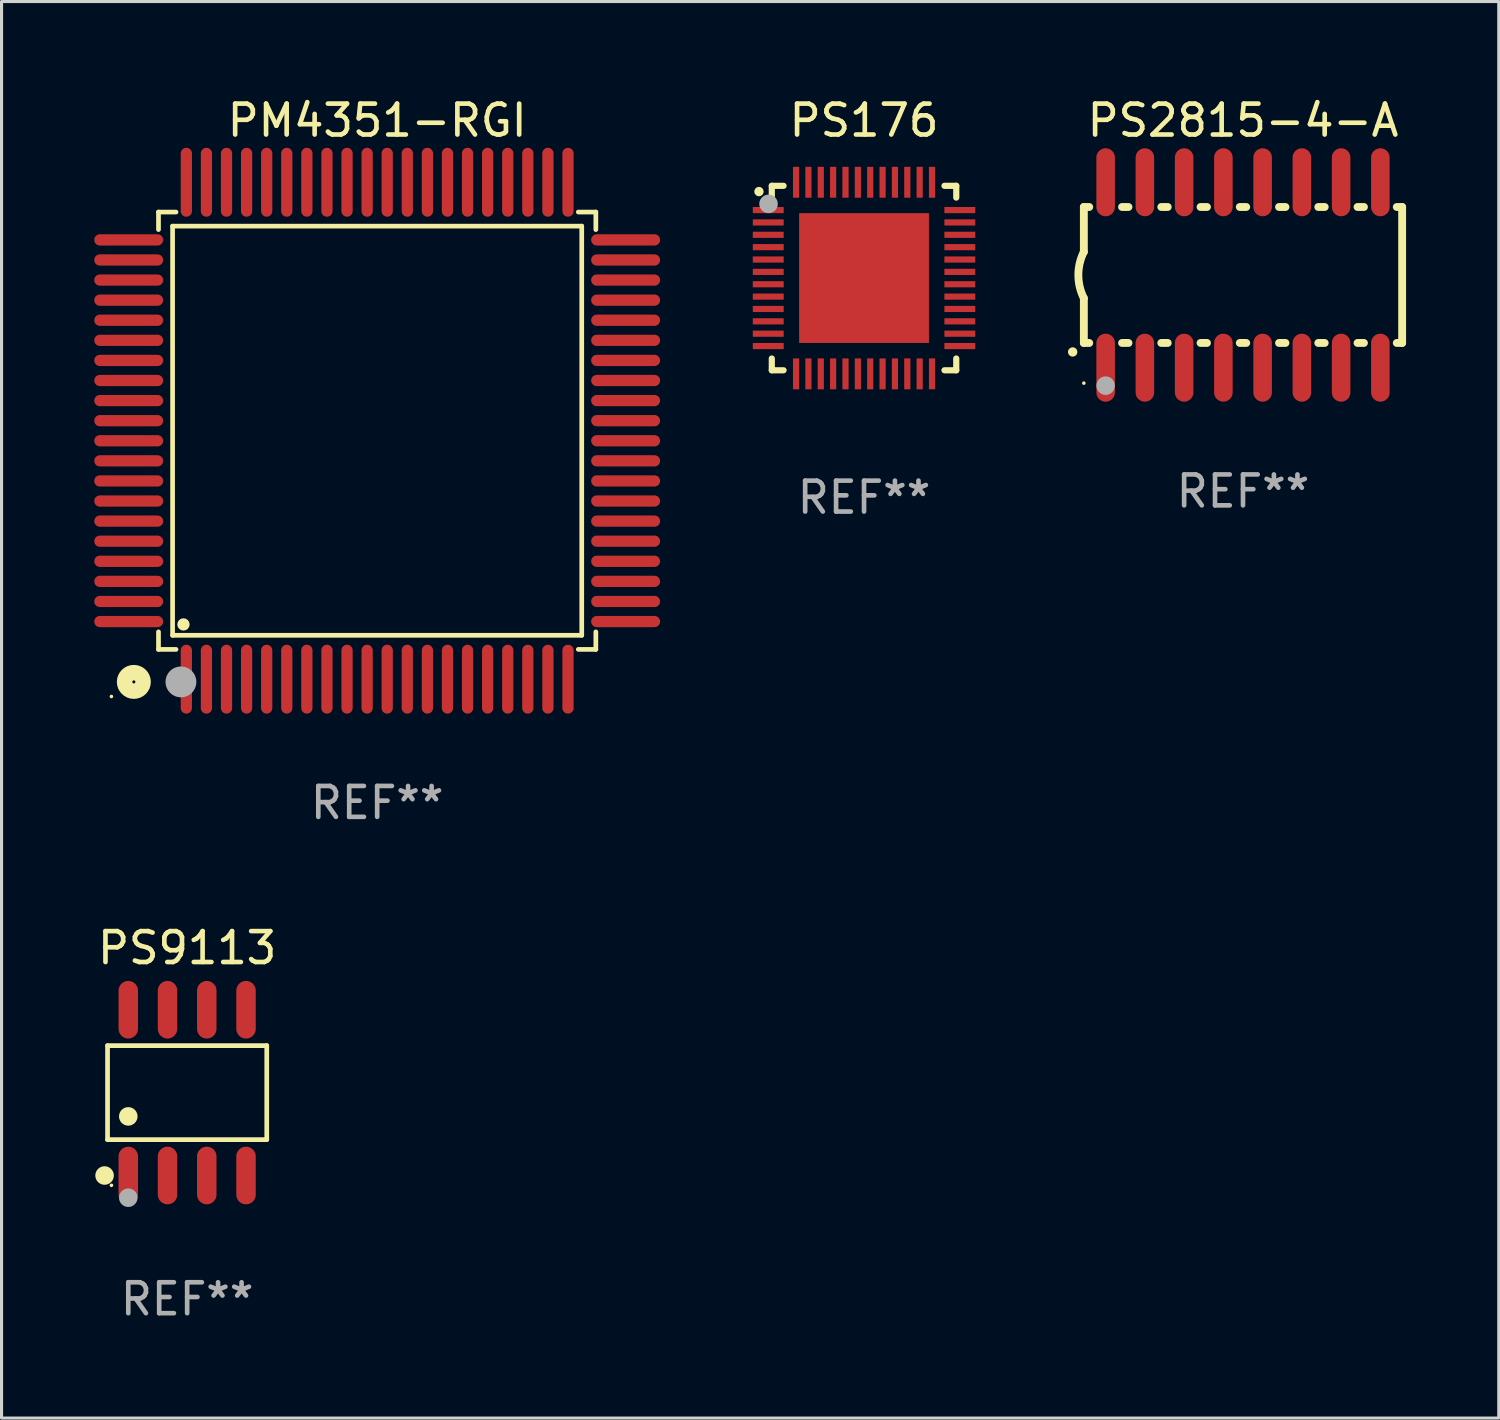
<source format=kicad_pcb>
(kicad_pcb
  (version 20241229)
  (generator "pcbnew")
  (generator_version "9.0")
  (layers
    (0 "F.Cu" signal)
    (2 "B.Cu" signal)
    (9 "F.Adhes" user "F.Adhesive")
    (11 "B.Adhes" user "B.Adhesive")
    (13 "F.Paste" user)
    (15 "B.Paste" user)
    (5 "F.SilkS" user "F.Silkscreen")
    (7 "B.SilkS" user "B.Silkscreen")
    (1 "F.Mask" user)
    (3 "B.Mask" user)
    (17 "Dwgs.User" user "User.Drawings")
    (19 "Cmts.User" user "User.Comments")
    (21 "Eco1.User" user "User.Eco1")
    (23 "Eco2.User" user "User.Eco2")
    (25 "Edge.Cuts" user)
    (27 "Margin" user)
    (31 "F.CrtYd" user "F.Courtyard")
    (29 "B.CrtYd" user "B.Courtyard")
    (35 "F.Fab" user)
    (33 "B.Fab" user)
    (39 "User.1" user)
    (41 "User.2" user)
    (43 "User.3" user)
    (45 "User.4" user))
  (footprint "PS2815-4-A"
    (layer "F.Cu")
    (at 37.173 5.848)
    (property "Reference" "PS2815-4-A" (at 0 -5 0) (layer "F.SilkS") (effects (font (size 1 1) (thickness 0.15))))
    (attr through_hole)
    (fp_line (start -5.15 -2.2) (end -5.15 -0.75) (stroke (width 0.254) (type solid)) (layer "F.SilkS"))
    (fp_line (start -5.15 -2.2) (end -4.976 -2.2) (stroke (width 0.254) (type solid)) (layer "F.SilkS"))
    (fp_line (start -5.15 2.2) (end -5.15 0.75) (stroke (width 0.254) (type solid)) (layer "F.SilkS"))
    (fp_line (start -5.15 2.2) (end -4.976 2.2) (stroke (width 0.254) (type solid)) (layer "F.SilkS"))
    (fp_line (start -3.914 -2.2) (end -3.706 -2.2) (stroke (width 0.254) (type solid)) (layer "F.SilkS"))
    (fp_line (start -3.914 2.2) (end -3.706 2.2) (stroke (width 0.254) (type solid)) (layer "F.SilkS"))
    (fp_line (start -2.644 -2.2) (end -2.436 -2.2) (stroke (width 0.254) (type solid)) (layer "F.SilkS"))
    (fp_line (start -2.644 2.2) (end -2.436 2.2) (stroke (width 0.254) (type solid)) (layer "F.SilkS"))
    (fp_line (start -1.374 -2.2) (end -1.166 -2.2) (stroke (width 0.254) (type solid)) (layer "F.SilkS"))
    (fp_line (start -1.374 2.2) (end -1.166 2.2) (stroke (width 0.254) (type solid)) (layer "F.SilkS"))
    (fp_line (start -0.104 -2.2) (end 0.104 -2.2) (stroke (width 0.254) (type solid)) (layer "F.SilkS"))
    (fp_line (start -0.104 2.2) (end 0.104 2.2) (stroke (width 0.254) (type solid)) (layer "F.SilkS"))
    (fp_line (start 1.166 -2.2) (end 1.374 -2.2) (stroke (width 0.254) (type solid)) (layer "F.SilkS"))
    (fp_line (start 1.166 2.2) (end 1.374 2.2) (stroke (width 0.254) (type solid)) (layer "F.SilkS"))
    (fp_line (start 2.436 -2.2) (end 2.644 -2.2) (stroke (width 0.254) (type solid)) (layer "F.SilkS"))
    (fp_line (start 2.436 2.2) (end 2.644 2.2) (stroke (width 0.254) (type solid)) (layer "F.SilkS"))
    (fp_line (start 3.706 -2.2) (end 3.914 -2.2) (stroke (width 0.254) (type solid)) (layer "F.SilkS"))
    (fp_line (start 3.706 2.2) (end 3.914 2.2) (stroke (width 0.254) (type solid)) (layer "F.SilkS"))
    (fp_line (start 4.976 -2.2) (end 5.15 -2.2) (stroke (width 0.254) (type solid)) (layer "F.SilkS"))
    (fp_line (start 4.976 2.2) (end 5.15 2.2) (stroke (width 0.254) (type solid)) (layer "F.SilkS"))
    (fp_line (start 5.15 2.2) (end 5.15 -2.2) (stroke (width 0.254) (type solid)) (layer "F.SilkS"))
    (fp_arc (start -5.513081 2.491618) (mid -5.511811 2.491613) (end -5.510541 2.491618) (stroke (width 0.3) (type solid)) (layer "F.SilkS"))
    (fp_arc (start -5.15047 0.751207) (mid -5.327506 0.000556) (end -5.150013 -0.749987) (stroke (width 0.254001) (type solid)) (layer "F.SilkS"))
    (fp_circle (center -5.15 3.5) (end -5.12 3.5) (stroke (width 0.06) (type solid)) (fill no) (layer "F.SilkS"))
    (fp_circle (center -4.445 3.582) (end -4.295 3.582) (stroke (width 0.3) (type solid)) (fill no) (layer "F.Fab"))
    (fp_text user "REF**" (at 0 7 0) (layer "F.Fab") (effects (font (size 1 1) (thickness 0.15))))
    (pad "1" smd oval (at -4.445 3 180) (size 0.6 2.2) (layers "F.Cu" "F.Mask" "F.Paste"))
    (pad "2" smd oval (at -3.175 3 180) (size 0.6 2.2) (layers "F.Cu" "F.Mask" "F.Paste"))
    (pad "3" smd oval (at -1.905 3 180) (size 0.6 2.2) (layers "F.Cu" "F.Mask" "F.Paste"))
    (pad "4" smd oval (at -0.635 3 180) (size 0.6 2.2) (layers "F.Cu" "F.Mask" "F.Paste"))
    (pad "5" smd oval (at 0.635 3 180) (size 0.6 2.2) (layers "F.Cu" "F.Mask" "F.Paste"))
    (pad "6" smd oval (at 1.905 3 180) (size 0.6 2.2) (layers "F.Cu" "F.Mask" "F.Paste"))
    (pad "7" smd oval (at 3.175 3 180) (size 0.6 2.2) (layers "F.Cu" "F.Mask" "F.Paste"))
    (pad "8" smd oval (at 4.445 3 180) (size 0.6 2.2) (layers "F.Cu" "F.Mask" "F.Paste"))
    (pad "9" smd oval (at 4.445 -3 180) (size 0.6 2.2) (layers "F.Cu" "F.Mask" "F.Paste"))
    (pad "10" smd oval (at 3.175 -3 180) (size 0.6 2.2) (layers "F.Cu" "F.Mask" "F.Paste"))
    (pad "11" smd oval (at 1.905 -3 180) (size 0.6 2.2) (layers "F.Cu" "F.Mask" "F.Paste"))
    (pad "12" smd oval (at 0.635 -3 180) (size 0.6 2.2) (layers "F.Cu" "F.Mask" "F.Paste"))
    (pad "13" smd oval (at -0.635 -3 180) (size 0.6 2.2) (layers "F.Cu" "F.Mask" "F.Paste"))
    (pad "14" smd oval (at -1.905 -3 180) (size 0.6 2.2) (layers "F.Cu" "F.Mask" "F.Paste"))
    (pad "15" smd oval (at -3.175 -3 180) (size 0.6 2.2) (layers "F.Cu" "F.Mask" "F.Paste"))
    (pad "16" smd oval (at -4.445 -3 180) (size 0.6 2.2) (layers "F.Cu" "F.Mask" "F.Paste")))
  (footprint "PS176"
    (layer "F.Cu")
    (at 24.91 5.948)
    (property "Reference" "PS176" (at 0 -5.1 0) (layer "F.SilkS") (effects (font (size 1 1) (thickness 0.15))))
    (attr through_hole)
    (fp_line (start -2.985 -2.985) (end -2.604 -2.985) (stroke (width 0.2) (type solid)) (layer "F.SilkS"))
    (fp_line (start -2.985 -2.604) (end -2.985 -2.985) (stroke (width 0.2) (type solid)) (layer "F.SilkS"))
    (fp_line (start -2.985 2.984) (end -2.985 2.603) (stroke (width 0.2) (type solid)) (layer "F.SilkS"))
    (fp_line (start -2.604 2.984) (end -2.985 2.984) (stroke (width 0.2) (type solid)) (layer "F.SilkS"))
    (fp_line (start 2.603 -2.985) (end 2.984 -2.985) (stroke (width 0.2) (type solid)) (layer "F.SilkS"))
    (fp_line (start 2.984 -2.985) (end 2.984 -2.604) (stroke (width 0.2) (type solid)) (layer "F.SilkS"))
    (fp_line (start 2.984 2.603) (end 2.984 2.984) (stroke (width 0.2) (type solid)) (layer "F.SilkS"))
    (fp_line (start 2.984 2.984) (end 2.603 2.984) (stroke (width 0.2) (type solid)) (layer "F.SilkS"))
    (fp_arc (start -3.400076 -2.797562) (mid -3.400081 -2.798806) (end -3.400076 -2.800051) (stroke (width 0.3) (type solid)) (layer "F.SilkS"))
    (fp_circle (center -3 -3) (end -2.97 -3) (stroke (width 0.06) (type solid)) (fill no) (layer "F.SilkS"))
    (fp_circle (center -3.09 -2.4) (end -2.94 -2.4) (stroke (width 0.3) (type solid)) (fill no) (layer "F.Fab"))
    (fp_text user "REF**" (at 0 7.1 0) (layer "F.Fab") (effects (font (size 1 1) (thickness 0.15))))
    (pad "1" smd rect (at -3.1 -2.2) (size 1 0.2) (layers "F.Cu" "F.Mask" "F.Paste"))
    (pad "2" smd rect (at -3.1 -1.8) (size 1 0.2) (layers "F.Cu" "F.Mask" "F.Paste"))
    (pad "3" smd rect (at -3.1 -1.4) (size 1 0.2) (layers "F.Cu" "F.Mask" "F.Paste"))
    (pad "4" smd rect (at -3.1 -1) (size 1 0.2) (layers "F.Cu" "F.Mask" "F.Paste"))
    (pad "5" smd rect (at -3.1 -0.6) (size 1 0.2) (layers "F.Cu" "F.Mask" "F.Paste"))
    (pad "6" smd rect (at -3.1 -0.2) (size 1 0.2) (layers "F.Cu" "F.Mask" "F.Paste"))
    (pad "7" smd rect (at -3.1 0.2) (size 1 0.2) (layers "F.Cu" "F.Mask" "F.Paste"))
    (pad "8" smd rect (at -3.1 0.6) (size 1 0.2) (layers "F.Cu" "F.Mask" "F.Paste"))
    (pad "9" smd rect (at -3.1 1) (size 1 0.2) (layers "F.Cu" "F.Mask" "F.Paste"))
    (pad "10" smd rect (at -3.1 1.4) (size 1 0.2) (layers "F.Cu" "F.Mask" "F.Paste"))
    (pad "11" smd rect (at -3.1 1.8) (size 1 0.2) (layers "F.Cu" "F.Mask" "F.Paste"))
    (pad "12" smd rect (at -3.1 2.2) (size 1 0.2) (layers "F.Cu" "F.Mask" "F.Paste"))
    (pad "13" smd rect (at -2.2 3.1) (size 0.2 1) (layers "F.Cu" "F.Mask" "F.Paste"))
    (pad "14" smd rect (at -1.8 3.1) (size 0.2 1) (layers "F.Cu" "F.Mask" "F.Paste"))
    (pad "15" smd rect (at -1.4 3.1) (size 0.2 1) (layers "F.Cu" "F.Mask" "F.Paste"))
    (pad "16" smd rect (at -1 3.1) (size 0.2 1) (layers "F.Cu" "F.Mask" "F.Paste"))
    (pad "17" smd rect (at -0.6 3.1) (size 0.2 1) (layers "F.Cu" "F.Mask" "F.Paste"))
    (pad "18" smd rect (at -0.2 3.1) (size 0.2 1) (layers "F.Cu" "F.Mask" "F.Paste"))
    (pad "19" smd rect (at 0.2 3.1) (size 0.2 1) (layers "F.Cu" "F.Mask" "F.Paste"))
    (pad "20" smd rect (at 0.6 3.1) (size 0.2 1) (layers "F.Cu" "F.Mask" "F.Paste"))
    (pad "21" smd rect (at 1 3.1) (size 0.2 1) (layers "F.Cu" "F.Mask" "F.Paste"))
    (pad "22" smd rect (at 1.4 3.1) (size 0.2 1) (layers "F.Cu" "F.Mask" "F.Paste"))
    (pad "23" smd rect (at 1.8 3.1) (size 0.2 1) (layers "F.Cu" "F.Mask" "F.Paste"))
    (pad "24" smd rect (at 2.2 3.1) (size 0.2 1) (layers "F.Cu" "F.Mask" "F.Paste"))
    (pad "25" smd rect (at 3.1 2.2) (size 1 0.2) (layers "F.Cu" "F.Mask" "F.Paste"))
    (pad "26" smd rect (at 3.1 1.8) (size 1 0.2) (layers "F.Cu" "F.Mask" "F.Paste"))
    (pad "27" smd rect (at 3.1 1.4) (size 1 0.2) (layers "F.Cu" "F.Mask" "F.Paste"))
    (pad "28" smd rect (at 3.1 1) (size 1 0.2) (layers "F.Cu" "F.Mask" "F.Paste"))
    (pad "29" smd rect (at 3.1 0.6) (size 1 0.2) (layers "F.Cu" "F.Mask" "F.Paste"))
    (pad "30" smd rect (at 3.1 0.2) (size 1 0.2) (layers "F.Cu" "F.Mask" "F.Paste"))
    (pad "31" smd rect (at 3.1 -0.2) (size 1 0.2) (layers "F.Cu" "F.Mask" "F.Paste"))
    (pad "32" smd rect (at 3.1 -0.6) (size 1 0.2) (layers "F.Cu" "F.Mask" "F.Paste"))
    (pad "33" smd rect (at 3.1 -1) (size 1 0.2) (layers "F.Cu" "F.Mask" "F.Paste"))
    (pad "34" smd rect (at 3.1 -1.4) (size 1 0.2) (layers "F.Cu" "F.Mask" "F.Paste"))
    (pad "35" smd rect (at 3.1 -1.8) (size 1 0.2) (layers "F.Cu" "F.Mask" "F.Paste"))
    (pad "36" smd rect (at 3.1 -2.2) (size 1 0.2) (layers "F.Cu" "F.Mask" "F.Paste"))
    (pad "37" smd rect (at 2.2 -3.1) (size 0.2 1) (layers "F.Cu" "F.Mask" "F.Paste"))
    (pad "38" smd rect (at 1.8 -3.1) (size 0.2 1) (layers "F.Cu" "F.Mask" "F.Paste"))
    (pad "39" smd rect (at 1.4 -3.1) (size 0.2 1) (layers "F.Cu" "F.Mask" "F.Paste"))
    (pad "40" smd rect (at 1 -3.1) (size 0.2 1) (layers "F.Cu" "F.Mask" "F.Paste"))
    (pad "41" smd rect (at 0.6 -3.1) (size 0.2 1) (layers "F.Cu" "F.Mask" "F.Paste"))
    (pad "42" smd rect (at 0.2 -3.1) (size 0.2 1) (layers "F.Cu" "F.Mask" "F.Paste"))
    (pad "43" smd rect (at -0.2 -3.1) (size 0.2 1) (layers "F.Cu" "F.Mask" "F.Paste"))
    (pad "44" smd rect (at -0.6 -3.1) (size 0.2 1) (layers "F.Cu" "F.Mask" "F.Paste"))
    (pad "45" smd rect (at -1 -3.1) (size 0.2 1) (layers "F.Cu" "F.Mask" "F.Paste"))
    (pad "46" smd rect (at -1.4 -3.1) (size 0.2 1) (layers "F.Cu" "F.Mask" "F.Paste"))
    (pad "47" smd rect (at -1.8 -3.1) (size 0.2 1) (layers "F.Cu" "F.Mask" "F.Paste"))
    (pad "48" smd rect (at -2.2 -3.1) (size 0.2 1) (layers "F.Cu" "F.Mask" "F.Paste"))
    (pad "49" smd rect (at -0.000127 0) (size 4.2 4.2) (layers "F.Cu" "F.Mask" "F.Paste")))
  (footprint "PS9113"
    (layer "F.Cu")
    (at 3.006 32.307)
    (property "Reference" "PS9113" (at 0 -4.682 0) (layer "F.SilkS") (effects (font (size 1 1) (thickness 0.15))))
    (attr through_hole)
    (fp_line (start -2.576 -1.521) (end 2.576 -1.521) (stroke (width 0.152) (type solid)) (layer "F.SilkS"))
    (fp_line (start -2.576 1.521) (end -2.576 -1.521) (stroke (width 0.152) (type solid)) (layer "F.SilkS"))
    (fp_line (start 2.576 -1.521) (end 2.576 1.521) (stroke (width 0.152) (type solid)) (layer "F.SilkS"))
    (fp_line (start 2.576 1.521) (end -2.576 1.521) (stroke (width 0.152) (type solid)) (layer "F.SilkS"))
    (fp_circle (center -2.672 2.682) (end -2.522 2.682) (stroke (width 0.3) (type solid)) (fill no) (layer "F.SilkS"))
    (fp_circle (center -2.45 3) (end -2.42 3) (stroke (width 0.06) (type solid)) (fill no) (layer "F.SilkS"))
    (fp_circle (center -1.905 0.769) (end -1.755 0.769) (stroke (width 0.3) (type solid)) (fill no) (layer "F.SilkS"))
    (fp_circle (center -1.905 3.4) (end -1.755 3.4) (stroke (width 0.3) (type solid)) (fill no) (layer "F.Fab"))
    (fp_text user "REF**" (at 0 6.682 0) (layer "F.Fab") (effects (font (size 1 1) (thickness 0.15))))
    (pad "1" smd oval (at -1.905 2.682) (size 0.63 1.865) (layers "F.Cu" "F.Mask" "F.Paste"))
    (pad "2" smd oval (at -0.635 2.682) (size 0.63 1.865) (layers "F.Cu" "F.Mask" "F.Paste"))
    (pad "3" smd oval (at 0.635 2.682) (size 0.63 1.865) (layers "F.Cu" "F.Mask" "F.Paste"))
    (pad "4" smd oval (at 1.905 2.682) (size 0.63 1.865) (layers "F.Cu" "F.Mask" "F.Paste"))
    (pad "5" smd oval (at 1.905 -2.682) (size 0.63 1.865) (layers "F.Cu" "F.Mask" "F.Paste"))
    (pad "6" smd oval (at 0.635 -2.682) (size 0.63 1.865) (layers "F.Cu" "F.Mask" "F.Paste"))
    (pad "7" smd oval (at -0.635 -2.682) (size 0.63 1.865) (layers "F.Cu" "F.Mask" "F.Paste"))
    (pad "8" smd oval (at -1.905 -2.682) (size 0.63 1.865) (layers "F.Cu" "F.Mask" "F.Paste")))
  (footprint "PM4351-RGI"
    (layer "F.Cu")
    (at 9.155 10.888)
    (property "Reference" "PM4351-RGI" (at 0 -10.04 0) (layer "F.SilkS") (effects (font (size 1 1) (thickness 0.15))))
    (attr through_hole)
    (fp_line (start -7.076 -7.076) (end -7.076 -6.509) (stroke (width 0.152) (type solid)) (layer "F.SilkS"))
    (fp_line (start -7.076 7.076) (end -7.076 6.509) (stroke (width 0.152) (type solid)) (layer "F.SilkS"))
    (fp_line (start -6.62 -6.62) (end 6.62 -6.62) (stroke (width 0.152) (type solid)) (layer "F.SilkS"))
    (fp_line (start -6.62 6.62) (end -6.62 -6.62) (stroke (width 0.152) (type solid)) (layer "F.SilkS"))
    (fp_line (start -6.509 -7.076) (end -7.076 -7.076) (stroke (width 0.152) (type solid)) (layer "F.SilkS"))
    (fp_line (start -6.509 7.076) (end -7.076 7.076) (stroke (width 0.152) (type solid)) (layer "F.SilkS"))
    (fp_line (start 6.509 -7.076) (end 7.076 -7.076) (stroke (width 0.152) (type solid)) (layer "F.SilkS"))
    (fp_line (start 6.509 7.076) (end 7.076 7.076) (stroke (width 0.152) (type solid)) (layer "F.SilkS"))
    (fp_line (start 6.62 -6.62) (end 6.62 6.62) (stroke (width 0.152) (type solid)) (layer "F.SilkS"))
    (fp_line (start 6.62 6.62) (end -6.62 6.62) (stroke (width 0.152) (type solid)) (layer "F.SilkS"))
    (fp_line (start 7.076 -7.076) (end 7.076 -6.509) (stroke (width 0.152) (type solid)) (layer "F.SilkS"))
    (fp_line (start 7.076 7.076) (end 7.076 6.509) (stroke (width 0.152) (type solid)) (layer "F.SilkS"))
    (fp_circle (center -8.6 8.6) (end -8.57 8.6) (stroke (width 0.06) (type solid)) (fill no) (layer "F.SilkS"))
    (fp_circle (center -7.874 8.128) (end -7.574 8.128) (stroke (width 0.5) (type solid)) (fill no) (layer "F.SilkS"))
    (fp_circle (center -6.268 6.268) (end -6.168 6.268) (stroke (width 0.2) (type solid)) (fill no) (layer "F.SilkS"))
    (fp_circle (center -6.35 8.128) (end -6.1 8.128) (stroke (width 0.5) (type solid)) (fill no) (layer "F.Fab"))
    (fp_text user "REF**" (at 0 12.04 0) (layer "F.Fab") (effects (font (size 1 1) (thickness 0.15))))
    (pad "1" smd oval (at -6.175 8.04) (size 0.364 2.23) (layers "F.Cu" "F.Mask" "F.Paste"))
    (pad "2" smd oval (at -5.525 8.04) (size 0.364 2.23) (layers "F.Cu" "F.Mask" "F.Paste"))
    (pad "3" smd oval (at -4.875 8.04) (size 0.364 2.23) (layers "F.Cu" "F.Mask" "F.Paste"))
    (pad "4" smd oval (at -4.225 8.04) (size 0.364 2.23) (layers "F.Cu" "F.Mask" "F.Paste"))
    (pad "5" smd oval (at -3.575 8.04) (size 0.364 2.23) (layers "F.Cu" "F.Mask" "F.Paste"))
    (pad "6" smd oval (at -2.925 8.04) (size 0.364 2.23) (layers "F.Cu" "F.Mask" "F.Paste"))
    (pad "7" smd oval (at -2.275 8.04) (size 0.364 2.23) (layers "F.Cu" "F.Mask" "F.Paste"))
    (pad "8" smd oval (at -1.625 8.04) (size 0.364 2.23) (layers "F.Cu" "F.Mask" "F.Paste"))
    (pad "9" smd oval (at -0.975 8.04) (size 0.364 2.23) (layers "F.Cu" "F.Mask" "F.Paste"))
    (pad "10" smd oval (at -0.325 8.04) (size 0.364 2.23) (layers "F.Cu" "F.Mask" "F.Paste"))
    (pad "11" smd oval (at 0.325 8.04) (size 0.364 2.23) (layers "F.Cu" "F.Mask" "F.Paste"))
    (pad "12" smd oval (at 0.975 8.04) (size 0.364 2.23) (layers "F.Cu" "F.Mask" "F.Paste"))
    (pad "13" smd oval (at 1.625 8.04) (size 0.364 2.23) (layers "F.Cu" "F.Mask" "F.Paste"))
    (pad "14" smd oval (at 2.275 8.04) (size 0.364 2.23) (layers "F.Cu" "F.Mask" "F.Paste"))
    (pad "15" smd oval (at 2.925 8.04) (size 0.364 2.23) (layers "F.Cu" "F.Mask" "F.Paste"))
    (pad "16" smd oval (at 3.575 8.04) (size 0.364 2.23) (layers "F.Cu" "F.Mask" "F.Paste"))
    (pad "17" smd oval (at 4.225 8.04) (size 0.364 2.23) (layers "F.Cu" "F.Mask" "F.Paste"))
    (pad "18" smd oval (at 4.875 8.04) (size 0.364 2.23) (layers "F.Cu" "F.Mask" "F.Paste"))
    (pad "19" smd oval (at 5.525 8.04) (size 0.364 2.23) (layers "F.Cu" "F.Mask" "F.Paste"))
    (pad "20" smd oval (at 6.175 8.04) (size 0.364 2.23) (layers "F.Cu" "F.Mask" "F.Paste"))
    (pad "21" smd oval (at 8.04 6.175) (size 2.23 0.364) (layers "F.Cu" "F.Mask" "F.Paste"))
    (pad "22" smd oval (at 8.04 5.525) (size 2.23 0.364) (layers "F.Cu" "F.Mask" "F.Paste"))
    (pad "23" smd oval (at 8.04 4.875) (size 2.23 0.364) (layers "F.Cu" "F.Mask" "F.Paste"))
    (pad "24" smd oval (at 8.04 4.225) (size 2.23 0.364) (layers "F.Cu" "F.Mask" "F.Paste"))
    (pad "25" smd oval (at 8.04 3.575) (size 2.23 0.364) (layers "F.Cu" "F.Mask" "F.Paste"))
    (pad "26" smd oval (at 8.04 2.925) (size 2.23 0.364) (layers "F.Cu" "F.Mask" "F.Paste"))
    (pad "27" smd oval (at 8.04 2.275) (size 2.23 0.364) (layers "F.Cu" "F.Mask" "F.Paste"))
    (pad "28" smd oval (at 8.04 1.625) (size 2.23 0.364) (layers "F.Cu" "F.Mask" "F.Paste"))
    (pad "29" smd oval (at 8.04 0.975) (size 2.23 0.364) (layers "F.Cu" "F.Mask" "F.Paste"))
    (pad "30" smd oval (at 8.04 0.325) (size 2.23 0.364) (layers "F.Cu" "F.Mask" "F.Paste"))
    (pad "31" smd oval (at 8.04 -0.325) (size 2.23 0.364) (layers "F.Cu" "F.Mask" "F.Paste"))
    (pad "32" smd oval (at 8.04 -0.975) (size 2.23 0.364) (layers "F.Cu" "F.Mask" "F.Paste"))
    (pad "33" smd oval (at 8.04 -1.625) (size 2.23 0.364) (layers "F.Cu" "F.Mask" "F.Paste"))
    (pad "34" smd oval (at 8.04 -2.275) (size 2.23 0.364) (layers "F.Cu" "F.Mask" "F.Paste"))
    (pad "35" smd oval (at 8.04 -2.925) (size 2.23 0.364) (layers "F.Cu" "F.Mask" "F.Paste"))
    (pad "36" smd oval (at 8.04 -3.575) (size 2.23 0.364) (layers "F.Cu" "F.Mask" "F.Paste"))
    (pad "37" smd oval (at 8.04 -4.225) (size 2.23 0.364) (layers "F.Cu" "F.Mask" "F.Paste"))
    (pad "38" smd oval (at 8.04 -4.875) (size 2.23 0.364) (layers "F.Cu" "F.Mask" "F.Paste"))
    (pad "39" smd oval (at 8.04 -5.525) (size 2.23 0.364) (layers "F.Cu" "F.Mask" "F.Paste"))
    (pad "40" smd oval (at 8.04 -6.175) (size 2.23 0.364) (layers "F.Cu" "F.Mask" "F.Paste"))
    (pad "41" smd oval (at 6.175 -8.04) (size 0.364 2.23) (layers "F.Cu" "F.Mask" "F.Paste"))
    (pad "42" smd oval (at 5.525 -8.04) (size 0.364 2.23) (layers "F.Cu" "F.Mask" "F.Paste"))
    (pad "43" smd oval (at 4.875 -8.04) (size 0.364 2.23) (layers "F.Cu" "F.Mask" "F.Paste"))
    (pad "44" smd oval (at 4.225 -8.04) (size 0.364 2.23) (layers "F.Cu" "F.Mask" "F.Paste"))
    (pad "45" smd oval (at 3.575 -8.04) (size 0.364 2.23) (layers "F.Cu" "F.Mask" "F.Paste"))
    (pad "46" smd oval (at 2.925 -8.04) (size 0.364 2.23) (layers "F.Cu" "F.Mask" "F.Paste"))
    (pad "47" smd oval (at 2.275 -8.04) (size 0.364 2.23) (layers "F.Cu" "F.Mask" "F.Paste"))
    (pad "48" smd oval (at 1.625 -8.04) (size 0.364 2.23) (layers "F.Cu" "F.Mask" "F.Paste"))
    (pad "49" smd oval (at 0.975 -8.04) (size 0.364 2.23) (layers "F.Cu" "F.Mask" "F.Paste"))
    (pad "50" smd oval (at 0.325 -8.04) (size 0.364 2.23) (layers "F.Cu" "F.Mask" "F.Paste"))
    (pad "51" smd oval (at -0.325 -8.04) (size 0.364 2.23) (layers "F.Cu" "F.Mask" "F.Paste"))
    (pad "52" smd oval (at -0.975 -8.04) (size 0.364 2.23) (layers "F.Cu" "F.Mask" "F.Paste"))
    (pad "53" smd oval (at -1.625 -8.04) (size 0.364 2.23) (layers "F.Cu" "F.Mask" "F.Paste"))
    (pad "54" smd oval (at -2.275 -8.04) (size 0.364 2.23) (layers "F.Cu" "F.Mask" "F.Paste"))
    (pad "55" smd oval (at -2.925 -8.04) (size 0.364 2.23) (layers "F.Cu" "F.Mask" "F.Paste"))
    (pad "56" smd oval (at -3.575 -8.04) (size 0.364 2.23) (layers "F.Cu" "F.Mask" "F.Paste"))
    (pad "57" smd oval (at -4.225 -8.04) (size 0.364 2.23) (layers "F.Cu" "F.Mask" "F.Paste"))
    (pad "58" smd oval (at -4.875 -8.04) (size 0.364 2.23) (layers "F.Cu" "F.Mask" "F.Paste"))
    (pad "59" smd oval (at -5.525 -8.04) (size 0.364 2.23) (layers "F.Cu" "F.Mask" "F.Paste"))
    (pad "60" smd oval (at -6.175 -8.04) (size 0.364 2.23) (layers "F.Cu" "F.Mask" "F.Paste"))
    (pad "61" smd oval (at -8.04 -6.175) (size 2.23 0.364) (layers "F.Cu" "F.Mask" "F.Paste"))
    (pad "62" smd oval (at -8.04 -5.525) (size 2.23 0.364) (layers "F.Cu" "F.Mask" "F.Paste"))
    (pad "63" smd oval (at -8.04 -4.875) (size 2.23 0.364) (layers "F.Cu" "F.Mask" "F.Paste"))
    (pad "64" smd oval (at -8.04 -4.225) (size 2.23 0.364) (layers "F.Cu" "F.Mask" "F.Paste"))
    (pad "65" smd oval (at -8.04 -3.575) (size 2.23 0.364) (layers "F.Cu" "F.Mask" "F.Paste"))
    (pad "66" smd oval (at -8.04 -2.925) (size 2.23 0.364) (layers "F.Cu" "F.Mask" "F.Paste"))
    (pad "67" smd oval (at -8.04 -2.275) (size 2.23 0.364) (layers "F.Cu" "F.Mask" "F.Paste"))
    (pad "68" smd oval (at -8.04 -1.625) (size 2.23 0.364) (layers "F.Cu" "F.Mask" "F.Paste"))
    (pad "69" smd oval (at -8.04 -0.975) (size 2.23 0.364) (layers "F.Cu" "F.Mask" "F.Paste"))
    (pad "70" smd oval (at -8.04 -0.325) (size 2.23 0.364) (layers "F.Cu" "F.Mask" "F.Paste"))
    (pad "71" smd oval (at -8.04 0.325) (size 2.23 0.364) (layers "F.Cu" "F.Mask" "F.Paste"))
    (pad "72" smd oval (at -8.04 0.975) (size 2.23 0.364) (layers "F.Cu" "F.Mask" "F.Paste"))
    (pad "73" smd oval (at -8.04 1.625) (size 2.23 0.364) (layers "F.Cu" "F.Mask" "F.Paste"))
    (pad "74" smd oval (at -8.04 2.275) (size 2.23 0.364) (layers "F.Cu" "F.Mask" "F.Paste"))
    (pad "75" smd oval (at -8.04 2.925) (size 2.23 0.364) (layers "F.Cu" "F.Mask" "F.Paste"))
    (pad "76" smd oval (at -8.04 3.575) (size 2.23 0.364) (layers "F.Cu" "F.Mask" "F.Paste"))
    (pad "77" smd oval (at -8.04 4.225) (size 2.23 0.364) (layers "F.Cu" "F.Mask" "F.Paste"))
    (pad "78" smd oval (at -8.04 4.875) (size 2.23 0.364) (layers "F.Cu" "F.Mask" "F.Paste"))
    (pad "79" smd oval (at -8.04 5.525) (size 2.23 0.364) (layers "F.Cu" "F.Mask" "F.Paste"))
    (pad "80" smd oval (at -8.04 6.175) (size 2.23 0.364) (layers "F.Cu" "F.Mask" "F.Paste")))
  (gr_rect
    (start -3 -3)
    (end 45.45 42.838)
    (stroke (width 0.1) (type default))
    (fill no)
    (layer "Edge.Cuts")))
</source>
